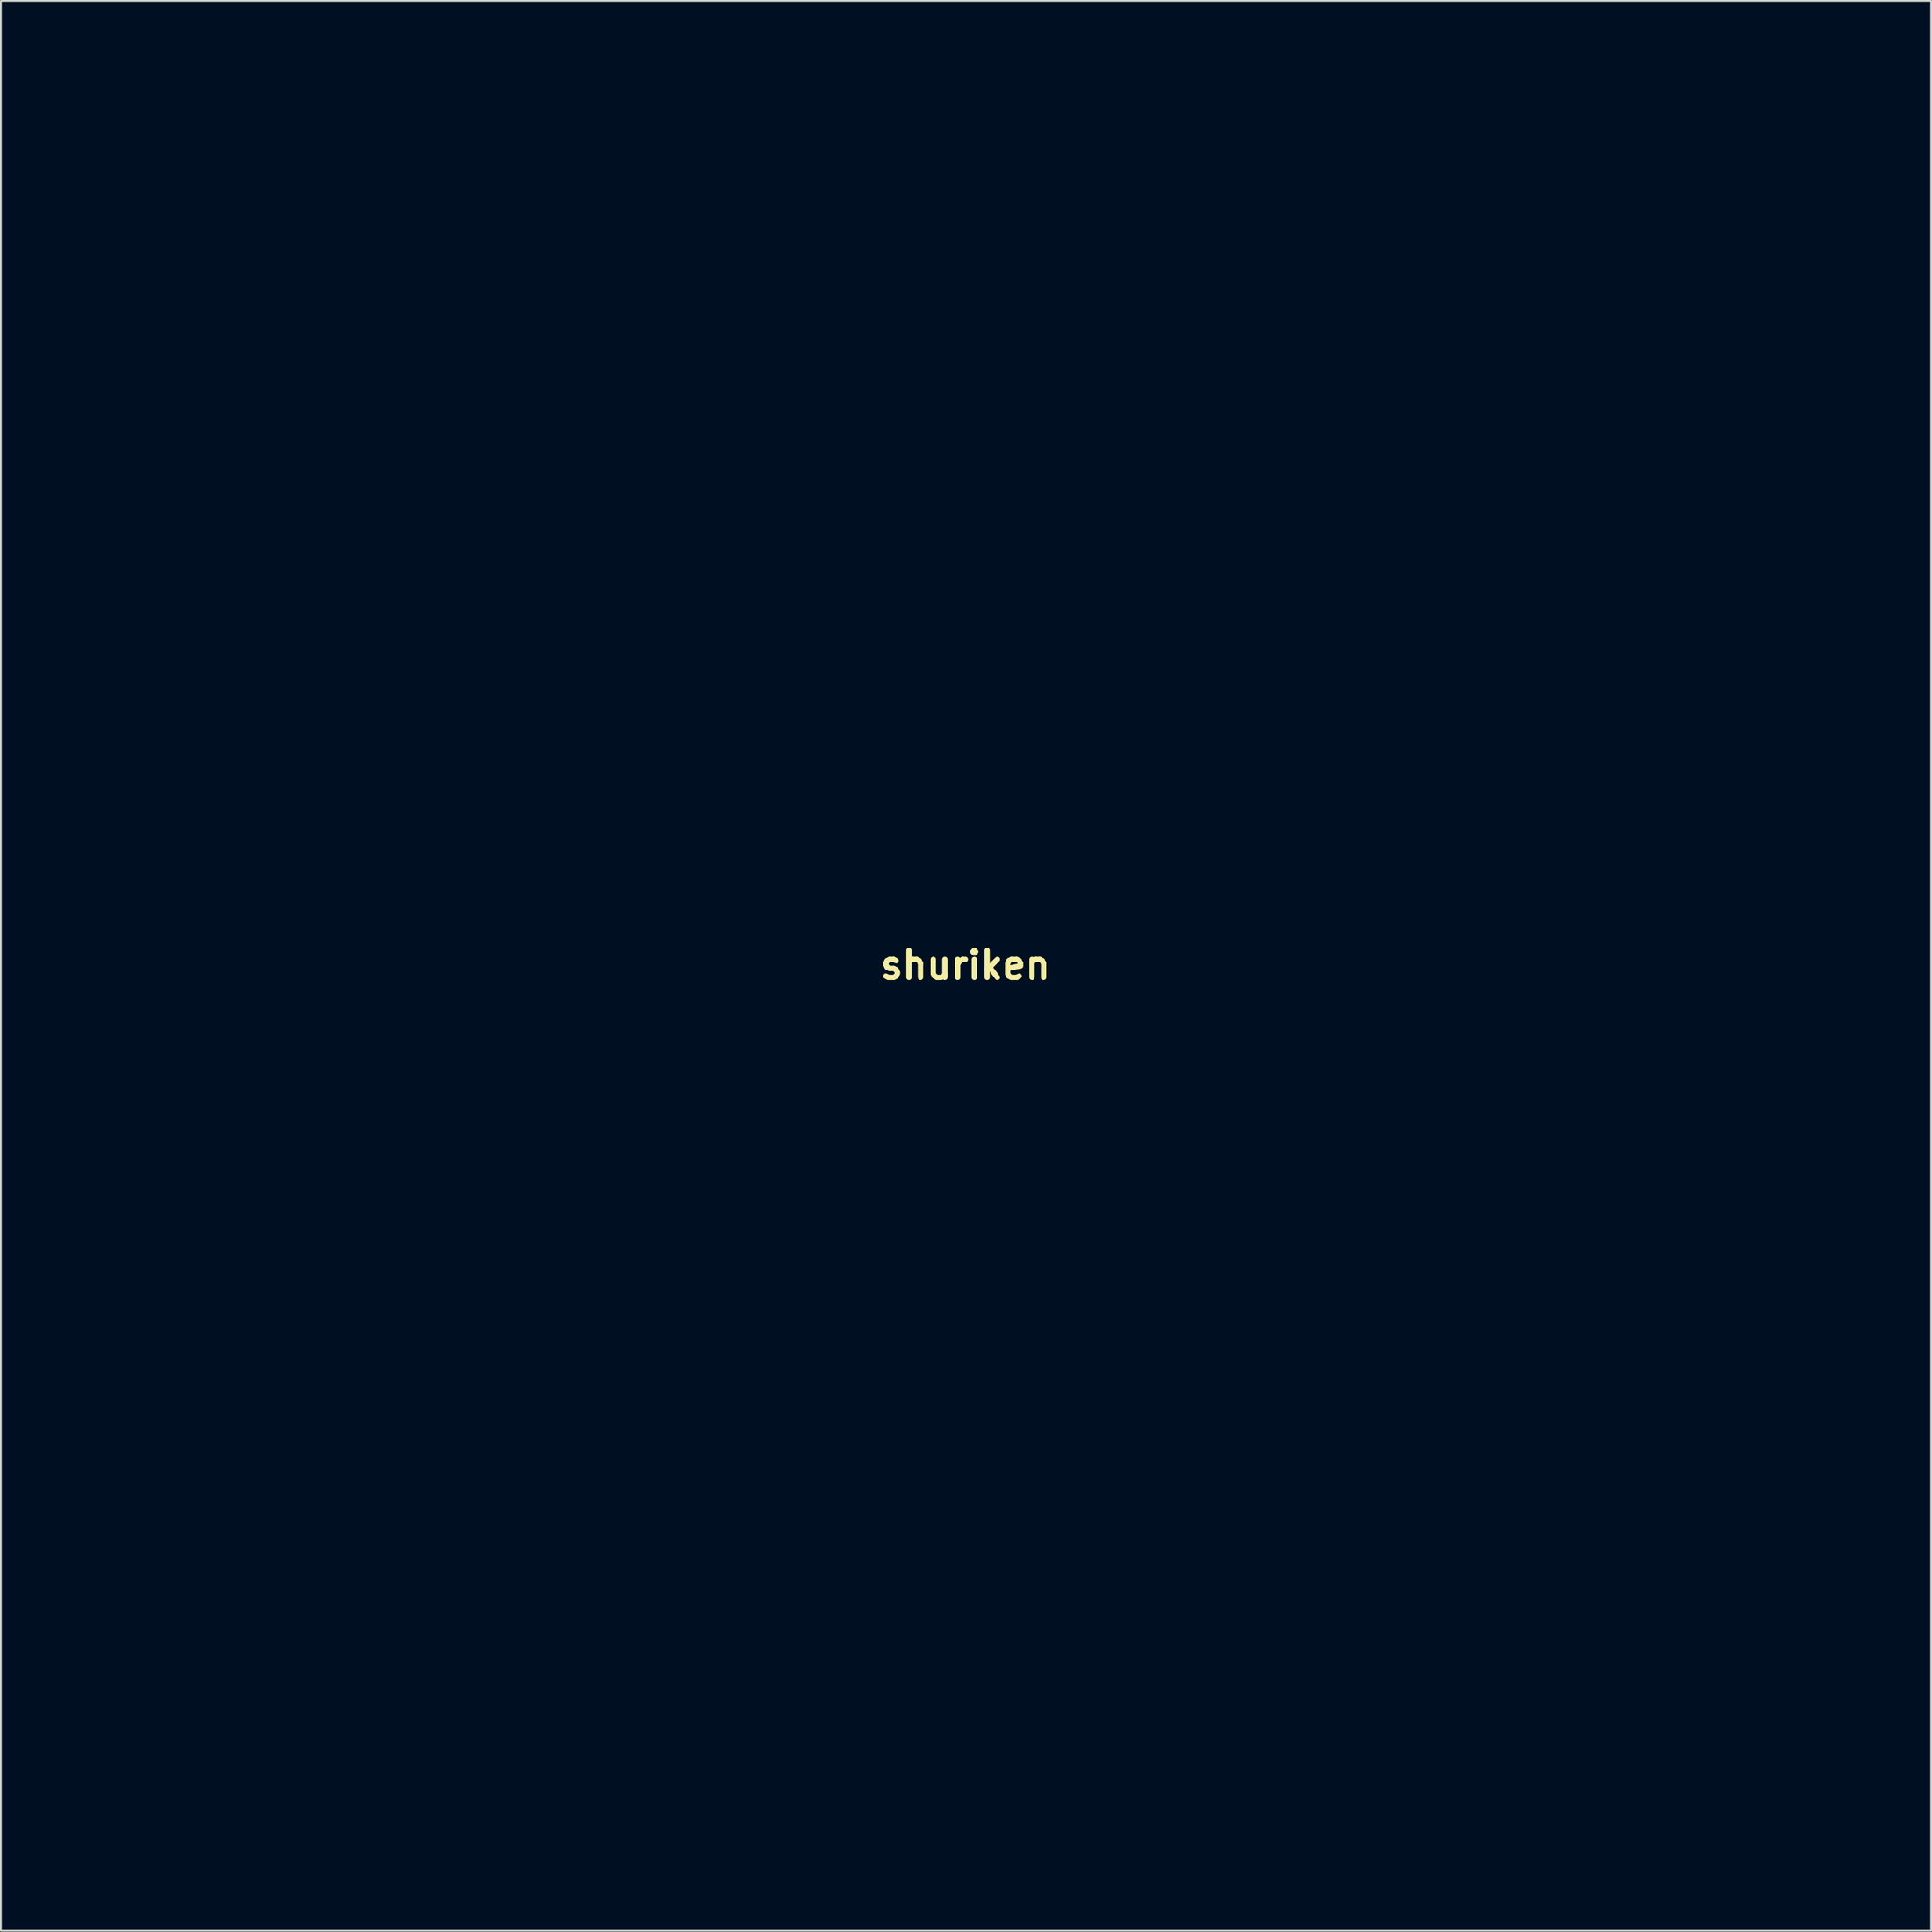
<source format=kicad_pcb>
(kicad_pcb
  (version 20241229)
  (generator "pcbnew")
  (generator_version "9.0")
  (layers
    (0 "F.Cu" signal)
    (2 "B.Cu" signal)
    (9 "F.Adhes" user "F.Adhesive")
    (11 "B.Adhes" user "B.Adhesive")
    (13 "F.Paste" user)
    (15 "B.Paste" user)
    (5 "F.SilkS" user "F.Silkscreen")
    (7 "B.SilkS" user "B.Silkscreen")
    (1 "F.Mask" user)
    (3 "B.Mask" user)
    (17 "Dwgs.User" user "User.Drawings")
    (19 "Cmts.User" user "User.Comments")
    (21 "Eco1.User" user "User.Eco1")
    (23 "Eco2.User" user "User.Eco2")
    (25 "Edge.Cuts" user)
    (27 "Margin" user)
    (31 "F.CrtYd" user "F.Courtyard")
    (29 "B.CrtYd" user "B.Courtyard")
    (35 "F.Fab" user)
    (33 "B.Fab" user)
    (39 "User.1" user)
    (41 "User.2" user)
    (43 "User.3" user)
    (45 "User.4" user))
  (footprint "shuriken"
    (layer "F.Cu")
    (at 51.574 51.567)
    (property "Reference" "shuriken" (at 0 0 0) (layer "F.SilkS") (effects (font (size 1.524 1.524) (thickness 0.3))))
    (attr through_hole)
    (fp_poly (pts (xy 0.516 -4.77) (xy 0.873 -4.752) (xy 1.169 -4.706) (xy 1.457 -4.621) (xy 1.792 -4.487) (xy 2.074 -4.361) (xy 2.783 -3.952) (xy 3.428 -3.408) (xy 3.986 -2.757) (xy 4.43 -2.029) (xy 4.737 -1.252) (xy 4.744 -1.228) (xy 4.812 -0.866) (xy 4.85 -0.396) (xy 4.86 0.124) (xy 4.842 0.635) (xy 4.794 1.078) (xy 4.745 1.312) (xy 4.429 2.129) (xy 3.969 2.877) (xy 3.382 3.538) (xy 2.685 4.095) (xy 1.894 4.531) (xy 1.371 4.73) (xy 1.136 4.78) (xy 0.787 4.822) (xy 0.379 4.855) (xy -0.034 4.874) (xy -0.395 4.876) (xy -0.635 4.859) (xy -1.489 4.654) (xy -2.282 4.299) (xy -3 3.807) (xy -3.627 3.191) (xy -4.148 2.464) (xy -4.55 1.64) (xy -4.665 1.312) (xy -4.713 1.068) (xy -4.748 0.7) (xy -4.766 0.255) (xy -4.767 0) (xy -4.759 -0.473) (xy -4.734 -0.827) (xy -4.685 -1.111) (xy -4.608 -1.376) (xy -4.569 -1.482) (xy -4.157 -2.357) (xy -3.638 -3.102) (xy -3.008 -3.721) (xy -2.264 -4.216) (xy -1.651 -4.5) (xy -1.342 -4.616) (xy -1.084 -4.692) (xy -0.827 -4.738) (xy -0.518 -4.762) (xy -0.106 -4.771) (xy 0.044 -4.772) (xy 0.516 -4.77)) (stroke (width 0.01) (type solid)) (fill no) (layer "Eco2.User"))
    (fp_poly (pts (xy 1.615 -51.532) (xy 3.265 -51.446) (xy 4.953 -51.308) (xy 6.638 -51.122) (xy 8.282 -50.893) (xy 9.844 -50.625) (xy 11.284 -50.323) (xy 11.472 -50.279) (xy 11.797 -50.204) (xy 12.128 -50.131) (xy 12.15 -50.127) (xy 13.032 -49.92) (xy 14.038 -49.645) (xy 15.143 -49.31) (xy 16.32 -48.925) (xy 17.542 -48.496) (xy 18.754 -48.044) (xy 19.225 -47.862) (xy 19.675 -47.684) (xy 20.065 -47.528) (xy 20.355 -47.407) (xy 20.447 -47.368) (xy 20.794 -47.213) (xy 21.167 -47.047) (xy 21.294 -46.991) (xy 21.599 -46.85) (xy 22.018 -46.649) (xy 22.514 -46.406) (xy 23.052 -46.138) (xy 23.594 -45.865) (xy 24.105 -45.604) (xy 24.549 -45.373) (xy 24.842 -45.216) (xy 27.152 -43.868) (xy 29.448 -42.354) (xy 31.723 -40.678) (xy 33.974 -38.843) (xy 34.096 -38.738) (xy 34.367 -38.496) (xy 34.73 -38.158) (xy 35.159 -37.749) (xy 35.629 -37.295) (xy 36.113 -36.821) (xy 36.585 -36.352) (xy 37.02 -35.914) (xy 37.392 -35.532) (xy 37.55 -35.366) (xy 37.894 -34.999) (xy 38.21 -34.663) (xy 38.474 -34.382) (xy 38.663 -34.181) (xy 38.743 -34.096) (xy 39.024 -33.784) (xy 39.384 -33.36) (xy 39.804 -32.848) (xy 40.263 -32.274) (xy 40.742 -31.662) (xy 41.222 -31.037) (xy 41.684 -30.425) (xy 42.106 -29.85) (xy 42.415 -29.417) (xy 42.996 -28.562) (xy 43.613 -27.605) (xy 44.236 -26.599) (xy 44.832 -25.595) (xy 45.368 -24.645) (xy 45.418 -24.553) (xy 45.558 -24.29) (xy 45.739 -23.939) (xy 45.949 -23.525) (xy 46.176 -23.075) (xy 46.406 -22.614) (xy 46.626 -22.168) (xy 46.824 -21.763) (xy 46.987 -21.424) (xy 47.102 -21.178) (xy 47.157 -21.051) (xy 47.159 -21.04) (xy 47.192 -20.949) (xy 47.276 -20.751) (xy 47.368 -20.546) (xy 47.687 -19.813) (xy 48.032 -18.96) (xy 48.387 -18.029) (xy 48.737 -17.063) (xy 49.065 -16.105) (xy 49.357 -15.198) (xy 49.471 -14.817) (xy 49.942 -13.123) (xy 50.357 -11.434) (xy 50.705 -9.793) (xy 50.979 -8.242) (xy 51.052 -7.747) (xy 51.11 -7.347) (xy 51.171 -6.941) (xy 51.222 -6.614) (xy 51.223 -6.604) (xy 51.259 -6.339) (xy 51.303 -5.956) (xy 51.348 -5.503) (xy 51.39 -5.031) (xy 51.393 -4.995) (xy 51.437 -4.475) (xy 51.485 -3.922) (xy 51.531 -3.405) (xy 51.567 -3.024) (xy 51.594 -2.629) (xy 51.616 -2.098) (xy 51.631 -1.464) (xy 51.641 -0.761) (xy 51.644 -0.022) (xy 51.642 0.72) (xy 51.633 1.432) (xy 51.619 2.08) (xy 51.598 2.631) (xy 51.572 3.051) (xy 51.567 3.108) (xy 51.527 3.53) (xy 51.48 4.052) (xy 51.431 4.605) (xy 51.39 5.08) (xy 51.342 5.597) (xy 51.284 6.143) (xy 51.224 6.651) (xy 51.173 7.027) (xy 51.107 7.468) (xy 51.039 7.93) (xy 50.98 8.33) (xy 50.966 8.424) (xy 50.884 8.94) (xy 50.771 9.565) (xy 50.639 10.244) (xy 50.498 10.922) (xy 50.366 11.515) (xy 50.276 11.9) (xy 50.189 12.274) (xy 50.121 12.568) (xy 50.11 12.615) (xy 50.039 12.9) (xy 49.97 13.149) (xy 49.952 13.208) (xy 49.902 13.372) (xy 49.819 13.658) (xy 49.715 14.024) (xy 49.611 14.393) (xy 49.417 15.063) (xy 49.19 15.796) (xy 48.941 16.559) (xy 48.682 17.319) (xy 48.425 18.041) (xy 48.182 18.691) (xy 47.964 19.236) (xy 47.833 19.536) (xy 47.735 19.757) (xy 47.675 19.906) (xy 47.667 19.936) (xy 47.635 20.028) (xy 47.55 20.228) (xy 47.456 20.439) (xy 47.343 20.693) (xy 47.266 20.88) (xy 47.244 20.951) (xy 47.208 21.041) (xy 47.107 21.257) (xy 46.954 21.576) (xy 46.76 21.972) (xy 46.538 22.421) (xy 46.301 22.9) (xy 46.059 23.384) (xy 45.826 23.847) (xy 45.613 24.267) (xy 45.432 24.617) (xy 45.296 24.875) (xy 45.264 24.934) (xy 45 25.41) (xy 44.792 25.777) (xy 44.615 26.079) (xy 44.446 26.355) (xy 44.316 26.559) (xy 44.166 26.799) (xy 44.062 26.977) (xy 44.027 27.05) (xy 43.98 27.142) (xy 43.851 27.351) (xy 43.653 27.657) (xy 43.401 28.037) (xy 43.109 28.471) (xy 42.791 28.938) (xy 42.463 29.417) (xy 42.138 29.885) (xy 41.831 30.323) (xy 41.556 30.709) (xy 41.328 31.021) (xy 41.289 31.073) (xy 40.174 32.491) (xy 38.958 33.92) (xy 37.663 35.337) (xy 36.312 36.722) (xy 34.926 38.053) (xy 33.527 39.308) (xy 32.138 40.467) (xy 30.78 41.507) (xy 29.845 42.164) (xy 29.613 42.324) (xy 29.442 42.449) (xy 29.379 42.503) (xy 29.297 42.566) (xy 29.104 42.699) (xy 28.828 42.885) (xy 28.499 43.102) (xy 28.147 43.333) (xy 27.801 43.559) (xy 27.489 43.759) (xy 27.241 43.916) (xy 27.086 44.009) (xy 27.05 44.027) (xy 26.964 44.069) (xy 26.779 44.179) (xy 26.559 44.316) (xy 26.142 44.571) (xy 25.604 44.88) (xy 24.98 45.225) (xy 24.303 45.59) (xy 23.607 45.956) (xy 22.924 46.306) (xy 22.289 46.622) (xy 21.735 46.887) (xy 21.336 47.065) (xy 21.005 47.207) (xy 20.672 47.353) (xy 20.516 47.423) (xy 19.789 47.735) (xy 18.942 48.073) (xy 18.02 48.422) (xy 17.067 48.765) (xy 16.128 49.085) (xy 15.246 49.368) (xy 14.901 49.471) (xy 13.207 49.942) (xy 11.519 50.357) (xy 9.878 50.705) (xy 8.326 50.979) (xy 7.832 51.052) (xy 7.432 51.11) (xy 7.026 51.171) (xy 6.699 51.222) (xy 6.689 51.223) (xy 6.424 51.259) (xy 6.04 51.303) (xy 5.588 51.348) (xy 5.116 51.39) (xy 5.08 51.393) (xy 4.559 51.437) (xy 4.006 51.485) (xy 3.49 51.531) (xy 3.108 51.567) (xy 2.759 51.59) (xy 2.272 51.609) (xy 1.679 51.622) (xy 1.01 51.63) (xy 0.297 51.633) (xy -0.428 51.632) (xy -1.135 51.625) (xy -1.791 51.614) (xy -2.367 51.598) (xy -2.829 51.577) (xy -3.09 51.558) (xy -3.44 51.525) (xy -3.9 51.485) (xy -4.413 51.441) (xy -4.92 51.399) (xy -4.953 51.396) (xy -5.431 51.355) (xy -5.892 51.309) (xy -6.289 51.266) (xy -6.573 51.229) (xy -6.604 51.224) (xy -6.926 51.173) (xy -7.331 51.112) (xy -7.733 51.054) (xy -7.747 51.052) (xy -9.747 50.718) (xy -11.82 50.272) (xy -13.924 49.726) (xy -16.016 49.091) (xy -18.053 48.379) (xy -18.992 48.015) (xy -19.428 47.84) (xy -19.841 47.671) (xy -20.189 47.526) (xy -20.429 47.423) (xy -20.452 47.413) (xy -20.772 47.27) (xy -21.122 47.113) (xy -21.23 47.065) (xy -23.359 46.047) (xy -25.501 44.884) (xy -27.625 43.597) (xy -29.7 42.204) (xy -31.694 40.725) (xy -33.105 39.584) (xy -33.395 39.34) (xy -33.626 39.144) (xy -33.823 38.976) (xy -34.008 38.812) (xy -34.207 38.632) (xy -34.444 38.413) (xy -34.744 38.133) (xy -35.131 37.77) (xy -35.366 37.55) (xy -35.704 37.226) (xy -36.11 36.827) (xy -36.56 36.377) (xy -37.028 35.903) (xy -37.49 35.428) (xy -37.921 34.979) (xy -38.298 34.581) (xy -38.594 34.259) (xy -38.738 34.096) (xy -40.07 32.491) (xy -41.277 30.943) (xy -42.382 29.421) (xy -43.404 27.895) (xy -44.365 26.333) (xy -45.285 24.707) (xy -45.482 24.342) (xy -46.219 22.912) (xy -46.902 21.476) (xy -47.455 20.205) (xy -34.857 20.205) (xy -34.752 20.217) (xy -34.541 20.194) (xy -34.4 20.168) (xy -34.077 20.101) (xy -33.697 20.026) (xy -33.486 19.986) (xy -33.142 19.919) (xy -32.806 19.849) (xy -32.639 19.812) (xy -32.441 19.769) (xy -32.114 19.703) (xy -31.693 19.621) (xy -31.216 19.529) (xy -30.903 19.47) (xy -30.36 19.366) (xy -29.801 19.258) (xy -29.281 19.155) (xy -28.85 19.068) (xy -28.702 19.037) (xy -28.287 18.951) (xy -27.874 18.87) (xy -27.53 18.807) (xy -27.432 18.79) (xy -27.081 18.728) (xy -26.724 18.658) (xy -26.585 18.629) (xy -26.337 18.576) (xy -25.98 18.505) (xy -25.569 18.425) (xy -25.315 18.377) (xy -24.858 18.289) (xy -24.379 18.196) (xy -23.954 18.111) (xy -23.791 18.078) (xy -23.453 18.01) (xy -23.007 17.921) (xy -22.513 17.824) (xy -22.056 17.736) (xy -21.602 17.649) (xy -21.171 17.564) (xy -20.808 17.493) (xy -20.561 17.443) (xy -20.553 17.441) (xy -20.081 17.344) (xy -19.486 17.224) (xy -18.809 17.089) (xy -18.093 16.948) (xy -17.382 16.809) (xy -16.716 16.681) (xy -16.679 16.674) (xy -16.282 16.595) (xy -15.938 16.52) (xy -15.686 16.457) (xy -15.57 16.419) (xy -15.497 16.334) (xy -15.443 16.151) (xy -15.403 15.842) (xy -15.384 15.604) (xy -15.235 14.63) (xy -14.932 13.703) (xy -14.488 12.837) (xy -13.917 12.049) (xy -13.232 11.355) (xy -12.445 10.77) (xy -11.57 10.31) (xy -10.837 10.05) (xy -9.923 9.851) (xy -9.041 9.792) (xy -8.145 9.874) (xy -7.366 10.047) (xy -6.423 10.39) (xy -5.559 10.876) (xy -4.788 11.493) (xy -4.12 12.228) (xy -3.568 13.071) (xy -3.143 14.008) (xy -2.967 14.561) (xy -2.843 15.21) (xy -2.79 15.945) (xy -2.808 16.696) (xy -2.897 17.395) (xy -2.967 17.697) (xy -3.323 18.7) (xy -3.815 19.606) (xy -4.44 20.409) (xy -5.194 21.103) (xy -5.727 21.479) (xy -6.332 21.862) (xy -5.789 23.44) (xy -5.571 24.075) (xy -5.322 24.802) (xy -5.066 25.551) (xy -4.826 26.255) (xy -4.699 26.628) (xy -4.509 27.187) (xy -4.28 27.858) (xy -4.03 28.593) (xy -3.774 29.342) (xy -3.53 30.058) (xy -3.429 30.353) (xy -3.212 30.989) (xy -2.992 31.634) (xy -2.782 32.252) (xy -2.593 32.807) (xy -2.44 33.262) (xy -2.364 33.486) (xy -2.228 33.888) (xy -2.105 34.244) (xy -2.008 34.516) (xy -1.951 34.667) (xy -1.95 34.671) (xy -1.867 34.897) (xy -1.835 35.01) (xy -1.794 35.139) (xy -1.707 35.401) (xy -1.582 35.768) (xy -1.429 36.213) (xy -1.256 36.708) (xy -1.228 36.788) (xy -1.051 37.296) (xy -0.889 37.764) (xy -0.752 38.163) (xy -0.651 38.465) (xy -0.596 38.639) (xy -0.592 38.65) (xy -0.533 38.842) (xy -0.434 39.143) (xy -0.312 39.507) (xy -0.183 39.883) (xy -0.064 40.222) (xy -0.038 40.294) (xy 0.029 40.366) (xy 0.117 40.271) (xy 0.224 40.014) (xy 0.281 39.836) (xy 0.392 39.483) (xy 0.516 39.106) (xy 0.556 38.989) (xy 0.647 38.723) (xy 0.72 38.511) (xy 0.744 38.439) (xy 0.784 38.322) (xy 0.87 38.072) (xy 0.992 37.716) (xy 1.143 37.281) (xy 1.311 36.793) (xy 1.328 36.745) (xy 1.54 36.133) (xy 1.773 35.455) (xy 2.006 34.775) (xy 2.218 34.153) (xy 2.33 33.824) (xy 2.493 33.347) (xy 2.695 32.753) (xy 2.924 32.085) (xy 3.163 31.386) (xy 3.398 30.699) (xy 3.516 30.353) (xy 3.733 29.721) (xy 3.952 29.082) (xy 4.161 28.472) (xy 4.347 27.927) (xy 4.499 27.483) (xy 4.574 27.263) (xy 4.693 26.911) (xy 4.856 26.434) (xy 5.05 25.865) (xy 5.263 25.238) (xy 5.485 24.589) (xy 5.66 24.075) (xy 6.415 21.861) (xy 5.803 21.474) (xy 4.971 20.851) (xy 4.268 20.123) (xy 3.702 19.303) (xy 3.278 18.402) (xy 3.003 17.432) (xy 2.883 16.405) (xy 2.879 16.15) (xy 2.957 15.094) (xy 3.19 14.104) (xy 3.577 13.185) (xy 4.116 12.34) (xy 4.805 11.572) (xy 5.378 11.08) (xy 6.129 10.59) (xy 6.962 10.207) (xy 7.842 9.941) (xy 8.73 9.803) (xy 9.588 9.804) (xy 9.795 9.827) (xy 10.857 10.042) (xy 11.814 10.385) (xy 12.678 10.864) (xy 13.463 11.487) (xy 14.181 12.262) (xy 14.358 12.488) (xy 14.711 13.046) (xy 15.02 13.708) (xy 15.266 14.418) (xy 15.43 15.122) (xy 15.494 15.766) (xy 15.494 15.801) (xy 15.498 16.061) (xy 15.527 16.243) (xy 15.609 16.368) (xy 15.771 16.456) (xy 16.038 16.53) (xy 16.439 16.61) (xy 16.552 16.631) (xy 16.998 16.717) (xy 17.518 16.819) (xy 18.018 16.921) (xy 18.161 16.95) (xy 18.569 17.033) (xy 18.959 17.11) (xy 19.274 17.168) (xy 19.389 17.188) (xy 19.758 17.253) (xy 20.29 17.356) (xy 20.983 17.495) (xy 21.834 17.67) (xy 22.013 17.707) (xy 22.428 17.792) (xy 22.842 17.873) (xy 23.185 17.938) (xy 23.283 17.955) (xy 23.481 17.989) (xy 23.669 18.023) (xy 23.877 18.062) (xy 24.135 18.112) (xy 24.471 18.178) (xy 24.917 18.267) (xy 25.442 18.373) (xy 26.013 18.487) (xy 26.446 18.573) (xy 26.771 18.638) (xy 27.019 18.685) (xy 27.216 18.721) (xy 27.394 18.752) (xy 27.58 18.783) (xy 27.601 18.786) (xy 27.94 18.848) (xy 28.273 18.92) (xy 28.406 18.953) (xy 28.646 19.01) (xy 28.991 19.083) (xy 29.379 19.159) (xy 29.506 19.183) (xy 29.823 19.241) (xy 30.087 19.29) (xy 30.337 19.337) (xy 30.611 19.39) (xy 30.947 19.457) (xy 31.383 19.543) (xy 31.792 19.624) (xy 32.26 19.717) (xy 32.768 19.817) (xy 33.228 19.906) (xy 33.359 19.931) (xy 33.751 20.008) (xy 34.136 20.087) (xy 34.441 20.152) (xy 34.486 20.162) (xy 34.73 20.206) (xy 34.901 20.215) (xy 34.942 20.204) (xy 34.911 20.121) (xy 34.777 19.932) (xy 34.554 19.653) (xy 34.256 19.303) (xy 33.897 18.898) (xy 33.689 18.669) (xy 33.542 18.506) (xy 33.307 18.24) (xy 33.007 17.899) (xy 32.664 17.507) (xy 32.301 17.091) (xy 31.94 16.676) (xy 31.604 16.289) (xy 31.317 15.956) (xy 31.174 15.79) (xy 30.996 15.583) (xy 30.767 15.32) (xy 30.515 15.032) (xy 30.267 14.749) (xy 30.047 14.5) (xy 29.884 14.316) (xy 29.802 14.226) (xy 29.8 14.224) (xy 29.735 14.152) (xy 29.573 13.968) (xy 29.328 13.687) (xy 29.014 13.327) (xy 28.645 12.903) (xy 28.235 12.43) (xy 28.065 12.234) (xy 27.629 11.732) (xy 27.217 11.258) (xy 26.845 10.831) (xy 26.53 10.47) (xy 26.287 10.193) (xy 26.135 10.02) (xy 26.109 9.991) (xy 25.944 9.806) (xy 25.704 9.532) (xy 25.422 9.209) (xy 25.176 8.927) (xy 24.458 8.102) (xy 23.846 7.402) (xy 23.335 6.822) (xy 22.921 6.359) (xy 22.601 6.009) (xy 22.371 5.766) (xy 22.227 5.628) (xy 22.168 5.588) (xy 22.051 5.622) (xy 21.831 5.711) (xy 21.56 5.833) (xy 20.677 6.158) (xy 19.75 6.332) (xy 18.799 6.36) (xy 17.849 6.246) (xy 16.921 5.994) (xy 16.038 5.61) (xy 15.222 5.097) (xy 14.496 4.46) (xy 14.466 4.429) (xy 13.864 3.71) (xy 13.4 2.955) (xy 13.052 2.12) (xy 12.88 1.529) (xy 12.717 0.547) (xy 12.714 -0.431) (xy 12.865 -1.39) (xy 13.16 -2.312) (xy 13.591 -3.18) (xy 14.151 -3.977) (xy 14.831 -4.688) (xy 15.623 -5.294) (xy 16.356 -5.704) (xy 16.851 -5.915) (xy 17.339 -6.065) (xy 17.871 -6.164) (xy 18.502 -6.225) (xy 18.726 -6.238) (xy 19.604 -6.238) (xy 20.382 -6.139) (xy 21.102 -5.933) (xy 21.546 -5.745) (xy 21.82 -5.621) (xy 22.038 -5.534) (xy 22.149 -5.503) (xy 22.244 -5.563) (xy 22.419 -5.723) (xy 22.641 -5.954) (xy 22.751 -6.075) (xy 23.277 -6.67) (xy 23.757 -7.214) (xy 24.174 -7.691) (xy 24.514 -8.08) (xy 24.76 -8.366) (xy 24.803 -8.417) (xy 25.035 -8.687) (xy 25.301 -8.992) (xy 25.438 -9.145) (xy 25.659 -9.393) (xy 25.938 -9.71) (xy 26.223 -10.037) (xy 26.289 -10.114) (xy 26.575 -10.444) (xy 26.875 -10.788) (xy 27.133 -11.081) (xy 27.178 -11.132) (xy 27.42 -11.406) (xy 27.716 -11.745) (xy 28.01 -12.082) (xy 28.067 -12.148) (xy 28.36 -12.485) (xy 28.674 -12.844) (xy 28.948 -13.157) (xy 28.989 -13.203) (xy 29.231 -13.478) (xy 29.461 -13.741) (xy 29.624 -13.929) (xy 29.781 -14.11) (xy 30.01 -14.372) (xy 30.269 -14.667) (xy 30.363 -14.776) (xy 30.629 -15.079) (xy 30.885 -15.373) (xy 31.088 -15.607) (xy 31.137 -15.663) (xy 31.486 -16.067) (xy 31.866 -16.504) (xy 32.255 -16.952) (xy 32.635 -17.387) (xy 32.985 -17.787) (xy 33.284 -18.128) (xy 33.513 -18.388) (xy 33.651 -18.542) (xy 33.986 -18.916) (xy 34.298 -19.274) (xy 34.567 -19.596) (xy 34.775 -19.86) (xy 34.906 -20.042) (xy 34.94 -20.121) (xy 34.94 -20.121) (xy 34.839 -20.13) (xy 34.627 -20.106) (xy 34.445 -20.073) (xy 33.679 -19.917) (xy 33.068 -19.794) (xy 32.602 -19.703) (xy 32.272 -19.642) (xy 32.258 -19.639) (xy 32.007 -19.592) (xy 31.649 -19.521) (xy 31.243 -19.437) (xy 31.03 -19.392) (xy 30.643 -19.31) (xy 30.291 -19.237) (xy 30.026 -19.184) (xy 29.93 -19.166) (xy 29.544 -19.096) (xy 29.084 -19.012) (xy 28.592 -18.92) (xy 28.105 -18.828) (xy 27.664 -18.744) (xy 27.309 -18.675) (xy 27.079 -18.629) (xy 27.072 -18.627) (xy 26.727 -18.555) (xy 26.353 -18.479) (xy 26.247 -18.457) (xy 25.893 -18.387) (xy 25.508 -18.31) (xy 25.379 -18.284) (xy 25.044 -18.215) (xy 24.713 -18.144) (xy 24.596 -18.118) (xy 24.406 -18.078) (xy 24.083 -18.014) (xy 23.659 -17.931) (xy 23.168 -17.836) (xy 22.648 -17.736) (xy 22.095 -17.631) (xy 21.552 -17.526) (xy 21.057 -17.429) (xy 20.653 -17.349) (xy 20.405 -17.298) (xy 20.032 -17.222) (xy 19.667 -17.151) (xy 19.389 -17.102) (xy 19.079 -17.047) (xy 18.673 -16.97) (xy 18.203 -16.878) (xy 17.699 -16.777) (xy 17.192 -16.672) (xy 16.713 -16.572) (xy 16.292 -16.481) (xy 15.961 -16.406) (xy 15.75 -16.354) (xy 15.699 -16.338) (xy 15.587 -16.28) (xy 15.525 -16.184) (xy 15.499 -16.006) (xy 15.494 -15.721) (xy 15.412 -14.842) (xy 15.176 -13.976) (xy 14.801 -13.14) (xy 14.302 -12.356) (xy 13.694 -11.641) (xy 12.993 -11.016) (xy 12.214 -10.501) (xy 11.371 -10.113) (xy 11.032 -10.002) (xy 10.093 -9.784) (xy 9.213 -9.703) (xy 8.353 -9.758) (xy 7.473 -9.951) (xy 7.281 -10.008) (xy 6.972 -10.119) (xy 6.627 -10.264) (xy 6.282 -10.424) (xy 5.973 -10.583) (xy 5.735 -10.722) (xy 5.603 -10.824) (xy 5.588 -10.853) (xy 5.521 -10.917) (xy 5.479 -10.922) (xy 5.357 -10.983) (xy 5.156 -11.146) (xy 4.903 -11.384) (xy 4.628 -11.667) (xy 4.358 -11.967) (xy 4.12 -12.256) (xy 3.985 -12.442) (xy 3.478 -13.315) (xy 3.131 -14.204) (xy 2.935 -15.136) (xy 2.879 -16.044) (xy 2.96 -17.086) (xy 3.198 -18.074) (xy 3.587 -18.996) (xy 4.12 -19.841) (xy 4.791 -20.596) (xy 5.594 -21.25) (xy 5.824 -21.402) (xy 6.142 -21.615) (xy 6.325 -21.769) (xy 6.39 -21.88) (xy 6.385 -21.924) (xy 6.343 -22.037) (xy 6.254 -22.29) (xy 6.124 -22.663) (xy 5.96 -23.136) (xy 5.769 -23.69) (xy 5.558 -24.304) (xy 5.333 -24.958) (xy 5.102 -25.632) (xy 4.871 -26.306) (xy 4.648 -26.96) (xy 4.574 -27.178) (xy 4.452 -27.536) (xy 4.287 -28.018) (xy 4.092 -28.589) (xy 3.879 -29.213) (xy 3.66 -29.854) (xy 3.518 -30.268) (xy 3.283 -30.957) (xy 3.01 -31.754) (xy 2.719 -32.608) (xy 2.427 -33.465) (xy 2.151 -34.275) (xy 1.988 -34.756) (xy 1.748 -35.46) (xy 1.495 -36.205) (xy 1.241 -36.95) (xy 1.002 -37.652) (xy 0.792 -38.27) (xy 0.648 -38.693) (xy 0.48 -39.175) (xy 0.327 -39.596) (xy 0.198 -39.934) (xy 0.102 -40.162) (xy 0.048 -40.258) (xy 0.045 -40.259) (xy -0.009 -40.184) (xy -0.099 -39.984) (xy -0.214 -39.693) (xy -0.34 -39.347) (xy -0.464 -38.983) (xy -0.571 -38.635) (xy -0.591 -38.566) (xy -0.642 -38.402) (xy -0.74 -38.112) (xy -0.872 -37.727) (xy -1.027 -37.282) (xy -1.142 -36.957) (xy -1.312 -36.472) (xy -1.473 -36.009) (xy -1.611 -35.606) (xy -1.712 -35.302) (xy -1.751 -35.179) (xy -1.841 -34.9) (xy -1.922 -34.666) (xy -1.953 -34.586) (xy -2.014 -34.426) (xy -2.108 -34.159) (xy -2.218 -33.837) (xy -2.236 -33.782) (xy -2.317 -33.54) (xy -2.445 -33.164) (xy -2.609 -32.681) (xy -2.801 -32.116) (xy -3.012 -31.496) (xy -3.233 -30.847) (xy -3.3 -30.649) (xy -3.546 -29.93) (xy -3.804 -29.172) (xy -4.063 -28.415) (xy -4.307 -27.698) (xy -4.523 -27.062) (xy -4.699 -26.545) (xy -4.7 -26.543) (xy -4.913 -25.916) (xy -5.135 -25.268) (xy -5.357 -24.621) (xy -5.573 -23.995) (xy -5.774 -23.413) (xy -5.954 -22.897) (xy -6.105 -22.467) (xy -6.218 -22.147) (xy -6.288 -21.957) (xy -6.3 -21.924) (xy -6.286 -21.828) (xy -6.162 -21.696) (xy -5.911 -21.513) (xy -5.739 -21.402) (xy -4.901 -20.775) (xy -4.194 -20.046) (xy -3.624 -19.224) (xy -3.198 -18.321) (xy -2.921 -17.349) (xy -2.799 -16.317) (xy -2.794 -16.044) (xy -2.857 -15.066) (xy -3.053 -14.167) (xy -3.394 -13.31) (xy -3.89 -12.459) (xy -3.898 -12.446) (xy -4.091 -12.188) (xy -4.338 -11.896) (xy -4.612 -11.599) (xy -4.884 -11.325) (xy -5.127 -11.102) (xy -5.312 -10.96) (xy -5.397 -10.923) (xy -5.496 -10.878) (xy -5.503 -10.853) (xy -5.576 -10.773) (xy -5.771 -10.648) (xy -6.053 -10.497) (xy -6.385 -10.335) (xy -6.735 -10.181) (xy -7.064 -10.053) (xy -7.197 -10.008) (xy -8.091 -9.787) (xy -8.955 -9.703) (xy -9.831 -9.757) (xy -10.758 -9.949) (xy -10.942 -10) (xy -11.319 -10.127) (xy -11.715 -10.288) (xy -12.088 -10.463) (xy -12.394 -10.631) (xy -12.593 -10.773) (xy -12.622 -10.803) (xy -12.746 -10.905) (xy -12.802 -10.922) (xy -12.899 -10.977) (xy -13.08 -11.121) (xy -13.31 -11.326) (xy -13.353 -11.367) (xy -14.068 -12.151) (xy -14.635 -13.005) (xy -15.049 -13.918) (xy -15.305 -14.88) (xy -15.384 -15.523) (xy -15.414 -15.889) (xy -15.448 -16.121) (xy -15.498 -16.255) (xy -15.573 -16.327) (xy -15.613 -16.346) (xy -15.742 -16.383) (xy -16.008 -16.445) (xy -16.381 -16.526) (xy -16.831 -16.621) (xy -17.327 -16.724) (xy -17.841 -16.827) (xy -18.342 -16.925) (xy -18.8 -17.013) (xy -19.187 -17.083) (xy -19.304 -17.103) (xy -19.486 -17.135) (xy -19.745 -17.184) (xy -20.093 -17.251) (xy -20.543 -17.339) (xy -21.108 -17.452) (xy -21.801 -17.591) (xy -22.634 -17.758) (xy -23.619 -17.957) (xy -23.664 -17.966) (xy -24.209 -18.076) (xy -24.725 -18.178) (xy -25.179 -18.268) (xy -25.537 -18.337) (xy -25.766 -18.379) (xy -25.781 -18.382) (xy -26.129 -18.446) (xy -26.486 -18.518) (xy -26.585 -18.54) (xy -26.853 -18.596) (xy -27.217 -18.668) (xy -27.608 -18.742) (xy -27.686 -18.756) (xy -28.001 -18.815) (xy -28.435 -18.898) (xy -28.958 -18.999) (xy -29.539 -19.112) (xy -30.148 -19.231) (xy -30.753 -19.35) (xy -31.325 -19.463) (xy -31.833 -19.564) (xy -32.246 -19.648) (xy -32.533 -19.707) (xy -32.597 -19.72) (xy -32.903 -19.784) (xy -33.272 -19.856) (xy -33.486 -19.896) (xy -33.849 -19.965) (xy -34.22 -20.04) (xy -34.401 -20.079) (xy -34.646 -20.122) (xy -34.816 -20.131) (xy -34.857 -20.12) (xy -34.823 -20.042) (xy -34.695 -19.863) (xy -34.493 -19.608) (xy -34.236 -19.302) (xy -34.185 -19.243) (xy -33.368 -18.305) (xy -32.521 -17.332) (xy -31.674 -16.361) (xy -30.857 -15.427) (xy -30.102 -14.565) (xy -29.687 -14.091) (xy -29.268 -13.613) (xy -28.889 -13.181) (xy -28.535 -12.777) (xy -28.19 -12.382) (xy -27.837 -11.979) (xy -27.461 -11.548) (xy -27.045 -11.071) (xy -26.574 -10.531) (xy -26.031 -9.908) (xy -25.401 -9.184) (xy -25.073 -8.807) (xy -24.781 -8.474) (xy -24.463 -8.114) (xy -24.186 -7.803) (xy -24.172 -7.788) (xy -23.953 -7.542) (xy -23.66 -7.209) (xy -23.33 -6.832) (xy -22.998 -6.451) (xy -22.963 -6.41) (xy -22.674 -6.084) (xy -22.416 -5.81) (xy -22.214 -5.611) (xy -22.09 -5.511) (xy -22.07 -5.503) (xy -21.938 -5.539) (xy -21.715 -5.631) (xy -21.534 -5.716) (xy -21.093 -5.915) (xy -20.666 -6.056) (xy -20.209 -6.148) (xy -19.679 -6.198) (xy -19.031 -6.215) (xy -18.923 -6.215) (xy -18.272 -6.203) (xy -17.742 -6.162) (xy -17.288 -6.082) (xy -16.862 -5.955) (xy -16.418 -5.771) (xy -16.27 -5.702) (xy -15.378 -5.19) (xy -14.611 -4.578) (xy -13.967 -3.881) (xy -13.448 -3.116) (xy -13.053 -2.295) (xy -12.783 -1.435) (xy -12.637 -0.551) (xy -12.615 0.343) (xy -12.717 1.233) (xy -12.944 2.101) (xy -13.296 2.935) (xy -13.771 3.719) (xy -14.372 4.438) (xy -15.096 5.077) (xy -15.945 5.621) (xy -16.256 5.778) (xy -17.092 6.093) (xy -17.994 6.283) (xy -18.925 6.349) (xy -19.851 6.289) (xy -20.735 6.105) (xy -21.54 5.796) (xy -21.543 5.795) (xy -21.795 5.679) (xy -21.993 5.604) (xy -22.066 5.588) (xy -22.136 5.632) (xy -22.28 5.766) (xy -22.502 5.998) (xy -22.809 6.331) (xy -23.205 6.772) (xy -23.695 7.326) (xy -24.284 7.999) (xy -24.977 8.795) (xy -25.28 9.144) (xy -25.637 9.556) (xy -25.993 9.966) (xy -26.162 10.161) (xy -26.476 10.522) (xy -26.844 10.945) (xy -27.249 11.408) (xy -27.671 11.891) (xy -28.091 12.371) (xy -28.491 12.828) (xy -28.851 13.239) (xy -29.154 13.583) (xy -29.38 13.839) (xy -29.496 13.97) (xy -29.626 14.116) (xy -29.847 14.369) (xy -30.141 14.707) (xy -30.49 15.108) (xy -30.875 15.55) (xy -31.156 15.875) (xy -31.539 16.317) (xy -31.885 16.715) (xy -32.179 17.053) (xy -32.406 17.313) (xy -32.55 17.476) (xy -32.595 17.526) (xy -32.667 17.605) (xy -32.822 17.782) (xy -33.032 18.026) (xy -33.148 18.161) (xy -33.388 18.439) (xy -33.599 18.679) (xy -33.747 18.842) (xy -33.784 18.881) (xy -33.987 19.094) (xy -34.215 19.351) (xy -34.441 19.62) (xy -34.64 19.87) (xy -34.788 20.07) (xy -34.857 20.188) (xy -34.857 20.205) (xy -47.455 20.205) (xy -47.547 19.995) (xy -48.169 18.433) (xy -48.786 16.751) (xy -48.974 16.214) (xy -49.115 15.785) (xy -49.28 15.251) (xy -49.458 14.651) (xy -49.638 14.024) (xy -49.808 13.412) (xy -49.956 12.854) (xy -50.073 12.391) (xy -50.127 12.15) (xy -50.198 11.825) (xy -50.274 11.494) (xy -50.279 11.472) (xy -50.467 10.622) (xy -50.655 9.65) (xy -50.835 8.606) (xy -51.001 7.539) (xy -51.143 6.496) (xy -51.255 5.527) (xy -51.304 4.995) (xy -51.349 4.45) (xy -51.4 3.834) (xy -51.45 3.237) (xy -51.477 2.906) (xy -51.55 1.617) (xy -51.569 0.199) (xy -51.538 -1.317) (xy -51.459 -2.898) (xy -51.334 -4.513) (xy -51.167 -6.132) (xy -50.959 -7.723) (xy -50.715 -9.254) (xy -50.435 -10.694) (xy -50.278 -11.388) (xy -50.204 -11.712) (xy -50.132 -12.043) (xy -50.127 -12.065) (xy -50.03 -12.483) (xy -49.889 -13.025) (xy -49.716 -13.654) (xy -49.521 -14.332) (xy -49.315 -15.025) (xy -49.11 -15.694) (xy -48.915 -16.302) (xy -48.742 -16.814) (xy -48.683 -16.976) (xy -48.231 -18.172) (xy -47.749 -19.376) (xy -47.25 -20.56) (xy -46.747 -21.697) (xy -46.251 -22.76) (xy -45.774 -23.722) (xy -45.33 -24.554) (xy -45.234 -24.723) (xy -45.111 -24.938) (xy -44.937 -25.243) (xy -44.746 -25.579) (xy -44.704 -25.654) (xy -44.173 -26.555) (xy -43.561 -27.536) (xy -42.899 -28.55) (xy -42.217 -29.552) (xy -41.546 -30.493) (xy -41.115 -31.073) (xy -40.86 -31.406) (xy -40.642 -31.689) (xy -40.48 -31.895) (xy -40.396 -31.998) (xy -40.391 -32.004) (xy -40.315 -32.092) (xy -40.179 -32.266) (xy -40.112 -32.357) (xy -39.946 -32.572) (xy -39.807 -32.742) (xy -39.773 -32.78) (xy -39.669 -32.898) (xy -39.492 -33.105) (xy -39.278 -33.358) (xy -39.243 -33.4) (xy -38.755 -33.965) (xy -38.179 -34.602) (xy -37.544 -35.282) (xy -36.881 -35.972) (xy -36.219 -36.644) (xy -35.586 -37.266) (xy -35.013 -37.809) (xy -34.677 -38.113) (xy -34.429 -38.334) (xy -34.208 -38.535) (xy -34.085 -38.65) (xy -33.934 -38.787) (xy -33.7 -38.99) (xy -33.431 -39.218) (xy -33.402 -39.243) (xy -33.143 -39.46) (xy -32.926 -39.645) (xy -32.792 -39.763) (xy -32.78 -39.773) (xy -32.644 -39.889) (xy -32.437 -40.051) (xy -32.357 -40.112) (xy -32.161 -40.26) (xy -32.029 -40.367) (xy -32.004 -40.391) (xy -31.905 -40.477) (xy -31.696 -40.641) (xy -31.408 -40.863) (xy -31.066 -41.121) (xy -30.701 -41.393) (xy -30.34 -41.659) (xy -30.011 -41.898) (xy -29.743 -42.089) (xy -29.633 -42.164) (xy -29.369 -42.347) (xy -29.167 -42.499) (xy -29.061 -42.593) (xy -29.055 -42.603) (xy -28.958 -42.671) (xy -28.943 -42.672) (xy -28.828 -42.719) (xy -28.644 -42.837) (xy -28.591 -42.875) (xy -28.362 -43.036) (xy -28.019 -43.262) (xy -27.593 -43.534) (xy -27.115 -43.832) (xy -26.618 -44.137) (xy -26.132 -44.429) (xy -25.689 -44.688) (xy -25.48 -44.807) (xy -25.172 -44.98) (xy -24.856 -45.159) (xy -24.765 -45.211) (xy -24.12 -45.561) (xy -23.363 -45.947) (xy -22.525 -46.355) (xy -21.637 -46.771) (xy -20.73 -47.181) (xy -19.835 -47.571) (xy -18.981 -47.927) (xy -18.202 -48.236) (xy -17.526 -48.483) (xy -17.272 -48.569) (xy -17.004 -48.658) (xy -16.78 -48.738) (xy -16.722 -48.76) (xy -16.376 -48.887) (xy -15.902 -49.045) (xy -15.335 -49.224) (xy -14.711 -49.413) (xy -14.064 -49.602) (xy -13.432 -49.78) (xy -12.849 -49.937) (xy -12.35 -50.062) (xy -12.065 -50.127) (xy -11.741 -50.198) (xy -11.41 -50.275) (xy -11.388 -50.28) (xy -10.117 -50.558) (xy -8.715 -50.81) (xy -7.22 -51.033) (xy -5.667 -51.222) (xy -4.095 -51.374) (xy -2.539 -51.483) (xy -1.037 -51.547) (xy 0.042 -51.562) (xy 1.615 -51.532)) (stroke (width 0.01) (type solid)) (fill no) (layer "Eco2.User")))
  (gr_rect
    (start -3 -3)
    (end 106.223 106.205)
    (stroke (width 0.1) (type default))
    (fill no)
    (layer "Edge.Cuts")))
</source>
